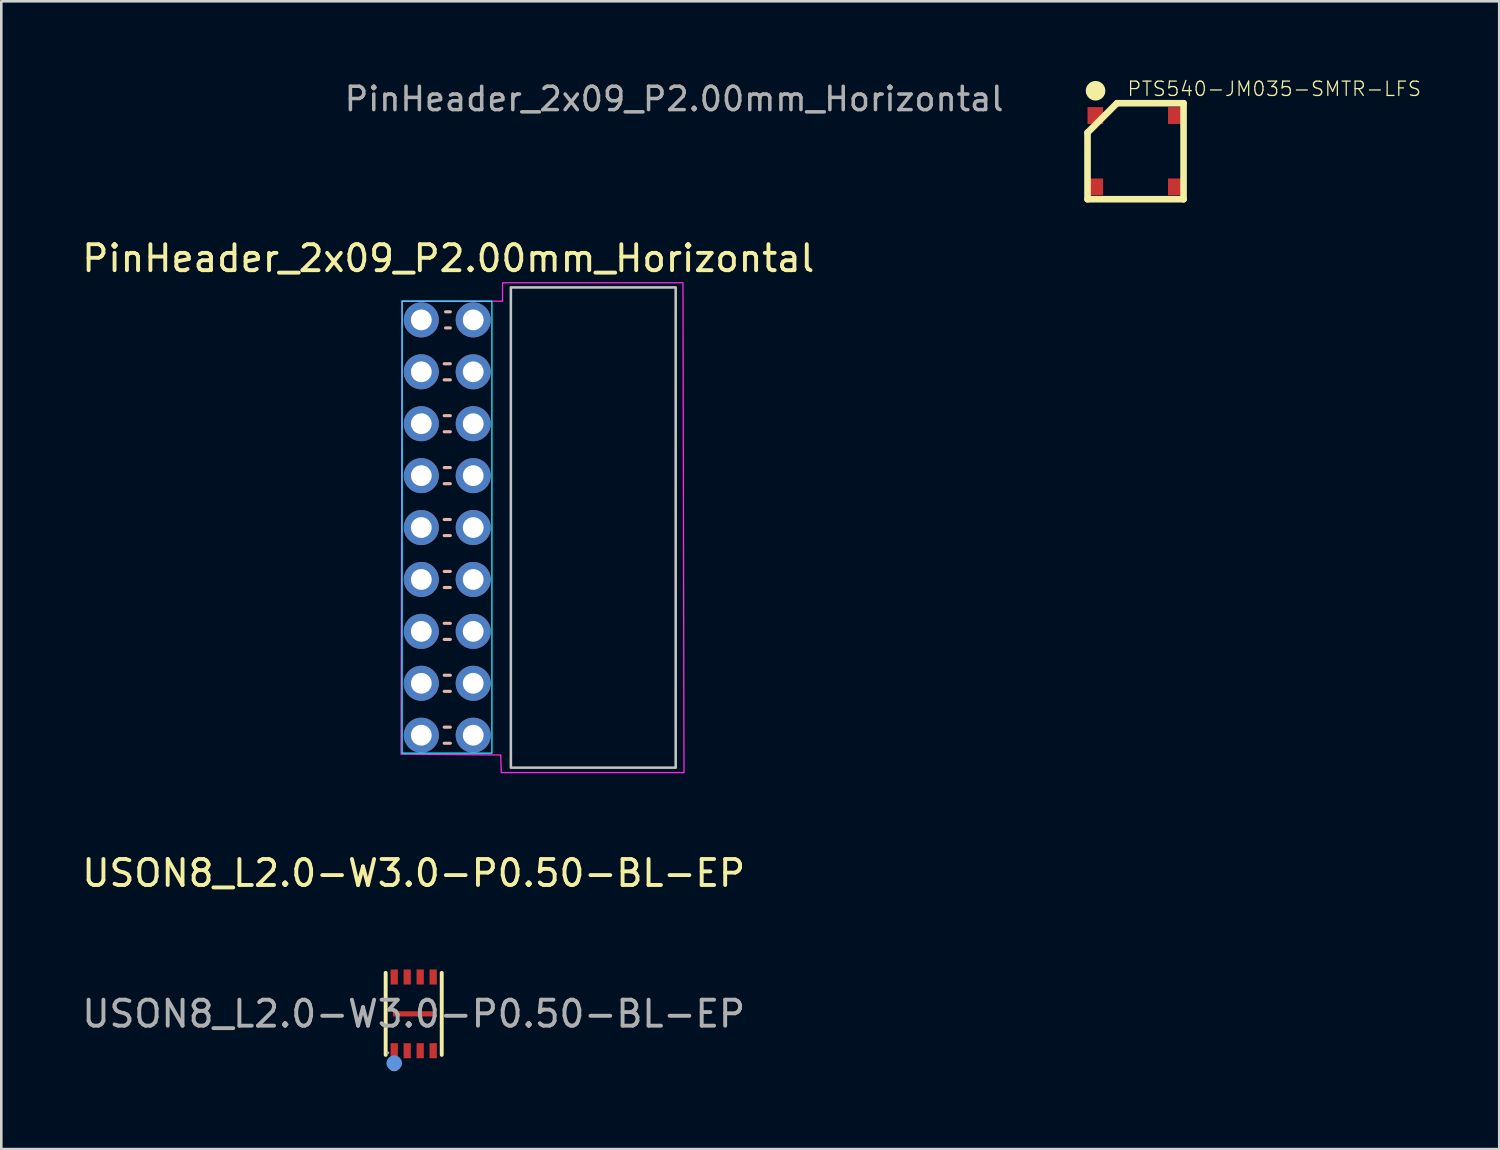
<source format=kicad_pcb>
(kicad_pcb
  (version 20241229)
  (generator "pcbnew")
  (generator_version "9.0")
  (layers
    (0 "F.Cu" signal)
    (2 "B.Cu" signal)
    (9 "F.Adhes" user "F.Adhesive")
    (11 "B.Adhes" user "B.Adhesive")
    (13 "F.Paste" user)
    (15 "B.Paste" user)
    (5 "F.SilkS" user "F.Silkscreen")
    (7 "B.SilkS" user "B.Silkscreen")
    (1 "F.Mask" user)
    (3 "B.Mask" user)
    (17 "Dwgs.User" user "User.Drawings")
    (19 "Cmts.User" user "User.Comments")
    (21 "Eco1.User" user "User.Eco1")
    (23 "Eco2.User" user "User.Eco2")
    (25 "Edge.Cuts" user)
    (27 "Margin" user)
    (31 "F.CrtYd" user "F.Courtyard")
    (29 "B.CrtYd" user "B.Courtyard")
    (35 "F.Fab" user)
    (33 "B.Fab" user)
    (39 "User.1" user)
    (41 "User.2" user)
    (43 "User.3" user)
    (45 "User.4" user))
  (footprint "USON8_L2.0-W3.0-P0.50-BL-EP"
    (layer "F.Cu")
    (at 12.887 36.007)
    (property "Reference" "USON8_L2.0-W3.0-P0.50-BL-EP" (at 0 -5.42 0) (layer "F.SilkS") (effects (font (size 1 1) (thickness 0.15))))
    (attr smd)
    (fp_line (start -1.08 1.58) (end -1.08 -1.58) (stroke (width 0.15) (type solid)) (layer "F.SilkS"))
    (fp_line (start 1.08 -1.58) (end 1.08 1.58) (stroke (width 0.15) (type solid)) (layer "F.SilkS"))
    (fp_circle (center -0.75 2.01) (end -0.65 2.01) (stroke (width 0.2) (type solid)) (fill no) (layer "F.SilkS"))
    (fp_circle (center -0.75 1.9) (end -0.6 1.9) (stroke (width 0.3) (type solid)) (fill no) (layer "Cmts.User"))
    (fp_circle (center -1 1.5) (end -0.97 1.5) (stroke (width 0.06) (type solid)) (fill no) (layer "F.Fab"))
    (fp_text user "${REFERENCE}" (at 0 0 0) (layer "F.Fab") (effects (font (size 1 1) (thickness 0.15))))
    (pad "1" smd rect (at -0.75 1.42) (size 0.28 0.58) (layers "F.Cu" "F.Mask" "F.Paste"))
    (pad "2" smd rect (at -0.25 1.42) (size 0.28 0.58) (layers "F.Cu" "F.Mask" "F.Paste"))
    (pad "3" smd rect (at 0.25 1.42) (size 0.28 0.58) (layers "F.Cu" "F.Mask" "F.Paste"))
    (pad "4" smd rect (at 0.75 1.42) (size 0.28 0.58) (layers "F.Cu" "F.Mask" "F.Paste"))
    (pad "5" smd rect (at 0.75 -1.42) (size 0.28 0.58) (layers "F.Cu" "F.Mask" "F.Paste"))
    (pad "6" smd rect (at 0.25 -1.42) (size 0.28 0.58) (layers "F.Cu" "F.Mask" "F.Paste"))
    (pad "7" smd rect (at -0.25 -1.42) (size 0.28 0.58) (layers "F.Cu" "F.Mask" "F.Paste"))
    (pad "8" smd rect (at -0.75 -1.42) (size 0.28 0.58) (layers "F.Cu" "F.Mask" "F.Paste"))
    (pad "9" smd rect (at 0 0) (size 1.6 0.2) (layers "F.Cu" "F.Mask" "F.Paste")))
  (footprint "PinHeader_2x09_P2.00mm_Horizontal"
    (layer "F.Cu")
    (at 13.18 9.273)
    (property "Reference" "PinHeader_2x09_P2.00mm_Horizontal" (at 1.04 -2.37 0) (layer "F.SilkS") (effects (font (size 1 1) (thickness 0.15))))
    (attr through_hole)
    (fp_line (start 0.882 1.69) (end 1.118 1.69) (stroke (width 0.12) (type solid)) (layer "B.SilkS"))
    (fp_line (start 0.882 2.31) (end 1.118 2.31) (stroke (width 0.12) (type solid)) (layer "B.SilkS"))
    (fp_line (start 0.882 3.69) (end 1.118 3.69) (stroke (width 0.12) (type solid)) (layer "B.SilkS"))
    (fp_line (start 0.882 4.31) (end 1.118 4.31) (stroke (width 0.12) (type solid)) (layer "B.SilkS"))
    (fp_line (start 0.882 5.69) (end 1.118 5.69) (stroke (width 0.12) (type solid)) (layer "B.SilkS"))
    (fp_line (start 0.882 6.31) (end 1.118 6.31) (stroke (width 0.12) (type solid)) (layer "B.SilkS"))
    (fp_line (start 0.882 7.69) (end 1.118 7.69) (stroke (width 0.12) (type solid)) (layer "B.SilkS"))
    (fp_line (start 0.882 8.31) (end 1.118 8.31) (stroke (width 0.12) (type solid)) (layer "B.SilkS"))
    (fp_line (start 0.882 9.69) (end 1.118 9.69) (stroke (width 0.12) (type solid)) (layer "B.SilkS"))
    (fp_line (start 0.882 10.31) (end 1.118 10.31) (stroke (width 0.12) (type solid)) (layer "B.SilkS"))
    (fp_line (start 0.882 11.69) (end 1.118 11.69) (stroke (width 0.12) (type solid)) (layer "B.SilkS"))
    (fp_line (start 0.882 12.31) (end 1.118 12.31) (stroke (width 0.12) (type solid)) (layer "B.SilkS"))
    (fp_line (start 0.882 13.69) (end 1.118 13.69) (stroke (width 0.12) (type solid)) (layer "B.SilkS"))
    (fp_line (start 0.882 14.31) (end 1.118 14.31) (stroke (width 0.12) (type solid)) (layer "B.SilkS"))
    (fp_line (start 0.882 15.69) (end 1.118 15.69) (stroke (width 0.12) (type solid)) (layer "B.SilkS"))
    (fp_line (start 0.882 16.31) (end 1.118 16.31) (stroke (width 0.12) (type solid)) (layer "B.SilkS"))
    (fp_line (start 0.935 -0.31) (end 1.118 -0.31) (stroke (width 0.12) (type solid)) (layer "B.SilkS"))
    (fp_line (start 0.935 0.31) (end 1.118 0.31) (stroke (width 0.12) (type solid)) (layer "B.SilkS"))
    (fp_rect (start 3.45 -1.25) (end 9.8 17.25) (stroke (width 0.1) (type default)) (fill no) (layer "Dwgs.User"))
    (fp_rect (start -0.74 -0.72) (end 2.72 16.69) (stroke (width 0.05) (type default)) (fill no) (layer "B.CrtYd"))
    (fp_poly (pts (xy -0.74 -0.73) (xy 3.13 -0.72) (xy 3.13 -1.43) (xy 10.08 -1.43) (xy 10.12 17.44) (xy 3.08 17.44) (xy 3.06 16.76) (xy -0.78 16.73)) (stroke (width 0.05) (type solid)) (fill no) (layer "F.CrtYd"))
    (fp_line (start -0.25 -0.25) (end -0.25 0.25) (stroke (width 0.1) (type solid)) (layer "F.Fab"))
    (fp_line (start -0.25 1.75) (end -0.25 2.25) (stroke (width 0.1) (type solid)) (layer "F.Fab"))
    (fp_line (start -0.25 3.75) (end -0.25 4.25) (stroke (width 0.1) (type solid)) (layer "F.Fab"))
    (fp_line (start -0.25 5.75) (end -0.25 6.25) (stroke (width 0.1) (type solid)) (layer "F.Fab"))
    (fp_line (start -0.25 7.75) (end -0.25 8.25) (stroke (width 0.1) (type solid)) (layer "F.Fab"))
    (fp_line (start -0.25 9.75) (end -0.25 10.25) (stroke (width 0.1) (type solid)) (layer "F.Fab"))
    (fp_line (start -0.25 11.75) (end -0.25 12.25) (stroke (width 0.1) (type solid)) (layer "F.Fab"))
    (fp_line (start -0.25 13.75) (end -0.25 14.25) (stroke (width 0.1) (type solid)) (layer "F.Fab"))
    (fp_line (start -0.25 15.75) (end -0.25 16.25) (stroke (width 0.1) (type solid)) (layer "F.Fab"))
    (fp_text user "${REFERENCE}" (at 9.74 -8.51 180) (layer "F.Fab") (effects (font (size 0.9 0.9) (thickness 0.135))))
    (pad "1" thru_hole circle (at 0 0) (size 1.35 1.35) (drill 0.8) (layers "*.Cu" "*.Mask"))
    (pad "2" thru_hole oval (at 2 0) (size 1.35 1.35) (drill 0.8) (layers "*.Cu" "*.Mask"))
    (pad "3" thru_hole oval (at 0 2) (size 1.35 1.35) (drill 0.8) (layers "*.Cu" "*.Mask"))
    (pad "4" thru_hole oval (at 2 2) (size 1.35 1.35) (drill 0.8) (layers "*.Cu" "*.Mask"))
    (pad "5" thru_hole oval (at 0 4) (size 1.35 1.35) (drill 0.8) (layers "*.Cu" "*.Mask"))
    (pad "6" thru_hole oval (at 2 4) (size 1.35 1.35) (drill 0.8) (layers "*.Cu" "*.Mask"))
    (pad "7" thru_hole oval (at 0 6) (size 1.35 1.35) (drill 0.8) (layers "*.Cu" "*.Mask"))
    (pad "8" thru_hole oval (at 2 6) (size 1.35 1.35) (drill 0.8) (layers "*.Cu" "*.Mask"))
    (pad "9" thru_hole oval (at 0 8) (size 1.35 1.35) (drill 0.8) (layers "*.Cu" "*.Mask"))
    (pad "10" thru_hole oval (at 2 8) (size 1.35 1.35) (drill 0.8) (layers "*.Cu" "*.Mask"))
    (pad "11" thru_hole oval (at 0 10) (size 1.35 1.35) (drill 0.8) (layers "*.Cu" "*.Mask"))
    (pad "12" thru_hole oval (at 2 10) (size 1.35 1.35) (drill 0.8) (layers "*.Cu" "*.Mask"))
    (pad "13" thru_hole oval (at 0 12) (size 1.35 1.35) (drill 0.8) (layers "*.Cu" "*.Mask"))
    (pad "14" thru_hole oval (at 2 12) (size 1.35 1.35) (drill 0.8) (layers "*.Cu" "*.Mask"))
    (pad "15" thru_hole oval (at 0 14) (size 1.35 1.35) (drill 0.8) (layers "*.Cu" "*.Mask"))
    (pad "16" thru_hole oval (at 2 14) (size 1.35 1.35) (drill 0.8) (layers "*.Cu" "*.Mask"))
    (pad "17" thru_hole oval (at 0 16) (size 1.35 1.35) (drill 0.8) (layers "*.Cu" "*.Mask"))
    (pad "18" thru_hole oval (at 2 16) (size 1.35 1.35) (drill 0.8) (layers "*.Cu" "*.Mask")))
  (footprint "PTS540-JM035-SMTR-LFS"
    (layer "F.Cu")
    (at 40.695 2.776)
    (property "Reference" "PTS540-JM035-SMTR-LFS" (at -0.353 -2.08 0) (layer "F.SilkS") (effects (font (size 0.552 0.552) (thickness 0.048)) (justify left bottom)))
    (fp_line (start -1.85 -0.716) (end -1.85 1.85) (stroke (width 0.254) (type solid)) (layer "F.SilkS"))
    (fp_line (start -1.85 1.85) (end 1.85 1.85) (stroke (width 0.254) (type solid)) (layer "F.SilkS"))
    (fp_line (start -0.716 -1.85) (end -1.85 -0.716) (stroke (width 0.254) (type solid)) (layer "F.SilkS"))
    (fp_line (start 1.85 -1.85) (end -0.716 -1.85) (stroke (width 0.254) (type solid)) (layer "F.SilkS"))
    (fp_line (start 1.85 1.85) (end 1.85 -1.85) (stroke (width 0.254) (type solid)) (layer "F.SilkS"))
    (fp_circle (center -1.54 -2.33) (end -1.29 -2.33) (stroke (width 0.254) (type solid)) (fill yes) (layer "F.SilkS"))
    (pad "1" smd rect (at -1.55 -1.375) (size 0.6 0.65) (layers "F.Cu" "F.Mask" "F.Paste"))
    (pad "2" smd rect (at 1.55 -1.375) (size 0.6 0.65) (layers "F.Cu" "F.Mask" "F.Paste"))
    (pad "3" smd rect (at -1.55 1.375) (size 0.6 0.65) (layers "F.Cu" "F.Mask" "F.Paste"))
    (pad "4" smd rect (at 1.55 1.375) (size 0.6 0.65) (layers "F.Cu" "F.Mask" "F.Paste")))
  (gr_rect
    (start -3 -3)
    (end 54.705 41.217)
    (stroke (width 0.1) (type default))
    (fill no)
    (layer "Edge.Cuts")))
</source>
